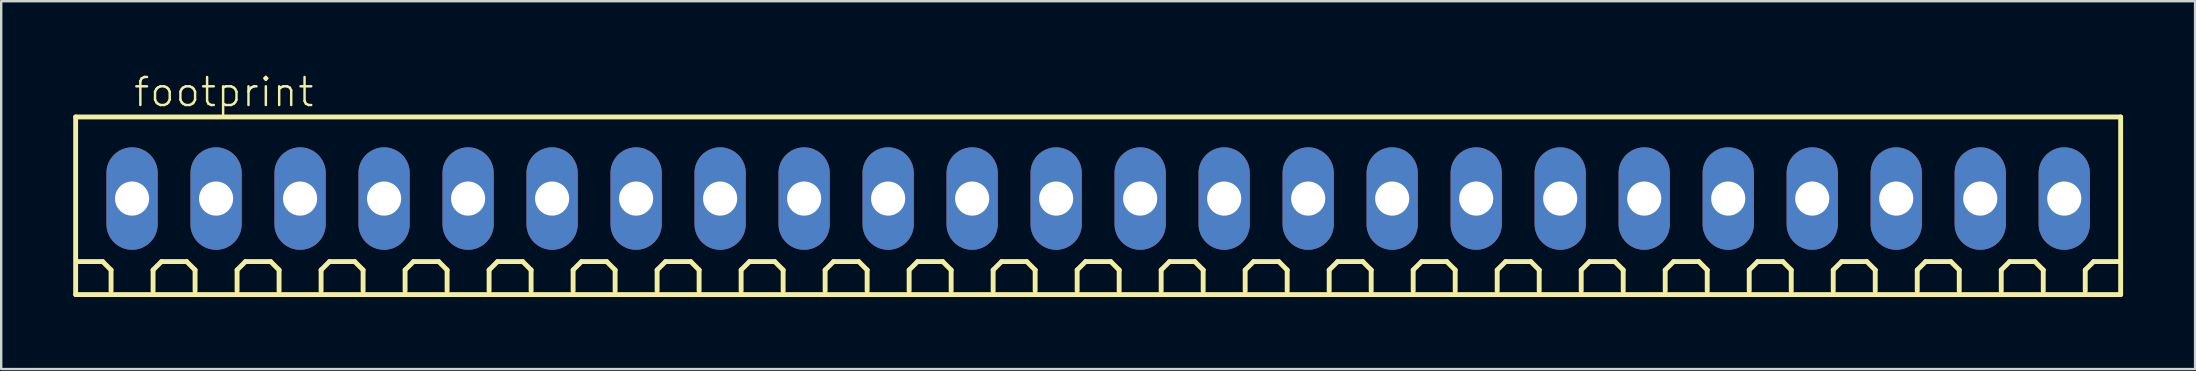
<source format=kicad_pcb>
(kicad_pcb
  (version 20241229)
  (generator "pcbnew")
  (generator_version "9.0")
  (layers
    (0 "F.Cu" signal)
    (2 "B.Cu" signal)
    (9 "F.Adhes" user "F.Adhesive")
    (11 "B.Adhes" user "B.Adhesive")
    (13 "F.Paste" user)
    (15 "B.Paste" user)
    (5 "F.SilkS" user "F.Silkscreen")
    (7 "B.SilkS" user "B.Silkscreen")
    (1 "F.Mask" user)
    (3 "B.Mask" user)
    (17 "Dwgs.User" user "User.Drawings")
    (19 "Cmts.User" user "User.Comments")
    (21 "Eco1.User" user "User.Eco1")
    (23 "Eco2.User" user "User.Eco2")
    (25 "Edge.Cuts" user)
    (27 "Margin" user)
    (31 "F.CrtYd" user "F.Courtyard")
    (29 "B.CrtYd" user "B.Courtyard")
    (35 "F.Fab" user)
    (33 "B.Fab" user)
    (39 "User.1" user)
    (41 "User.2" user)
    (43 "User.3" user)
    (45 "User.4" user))
  (footprint "footprint"
    (layer "F.Cu")
    (at 42.702 5.223)
    (property "Reference" "footprint" (at -40.25 -3.75 0) (layer "F.SilkS") (effects (font (size 1.168 1.168) (thickness 0.102)) (justify left bottom)))
    (fp_line (start -42.6 -3.4) (end 42.6 -3.4) (stroke (width 0.203) (type solid)) (layer "F.SilkS"))
    (fp_line (start -42.6 4) (end -42.6 -3.4) (stroke (width 0.203) (type solid)) (layer "F.SilkS"))
    (fp_line (start -41.475 2.625) (end -42.525 2.625) (stroke (width 0.203) (type solid)) (layer "F.SilkS"))
    (fp_line (start -41.125 2.975) (end -41.475 2.625) (stroke (width 0.203) (type solid)) (layer "F.SilkS"))
    (fp_line (start -41.125 3.85) (end -41.125 2.975) (stroke (width 0.203) (type solid)) (layer "F.SilkS"))
    (fp_line (start -39.375 2.975) (end -39.025 2.625) (stroke (width 0.203) (type solid)) (layer "F.SilkS"))
    (fp_line (start -39.375 3.85) (end -39.375 2.975) (stroke (width 0.203) (type solid)) (layer "F.SilkS"))
    (fp_line (start -39.025 2.625) (end -37.975 2.625) (stroke (width 0.203) (type solid)) (layer "F.SilkS"))
    (fp_line (start -37.975 2.625) (end -37.625 2.975) (stroke (width 0.203) (type solid)) (layer "F.SilkS"))
    (fp_line (start -37.625 2.975) (end -37.625 3.85) (stroke (width 0.203) (type solid)) (layer "F.SilkS"))
    (fp_line (start -35.875 2.975) (end -35.525 2.625) (stroke (width 0.203) (type solid)) (layer "F.SilkS"))
    (fp_line (start -35.875 3.85) (end -35.875 2.975) (stroke (width 0.203) (type solid)) (layer "F.SilkS"))
    (fp_line (start -35.525 2.625) (end -34.475 2.625) (stroke (width 0.203) (type solid)) (layer "F.SilkS"))
    (fp_line (start -34.475 2.625) (end -34.125 2.975) (stroke (width 0.203) (type solid)) (layer "F.SilkS"))
    (fp_line (start -34.125 2.975) (end -34.125 3.85) (stroke (width 0.203) (type solid)) (layer "F.SilkS"))
    (fp_line (start -32.375 2.975) (end -32.025 2.625) (stroke (width 0.203) (type solid)) (layer "F.SilkS"))
    (fp_line (start -32.375 3.85) (end -32.375 2.975) (stroke (width 0.203) (type solid)) (layer "F.SilkS"))
    (fp_line (start -32.025 2.625) (end -30.975 2.625) (stroke (width 0.203) (type solid)) (layer "F.SilkS"))
    (fp_line (start -30.975 2.625) (end -30.625 2.975) (stroke (width 0.203) (type solid)) (layer "F.SilkS"))
    (fp_line (start -30.625 2.975) (end -30.625 3.85) (stroke (width 0.203) (type solid)) (layer "F.SilkS"))
    (fp_line (start -28.875 2.975) (end -28.525 2.625) (stroke (width 0.203) (type solid)) (layer "F.SilkS"))
    (fp_line (start -28.875 3.85) (end -28.875 2.975) (stroke (width 0.203) (type solid)) (layer "F.SilkS"))
    (fp_line (start -28.525 2.625) (end -27.475 2.625) (stroke (width 0.203) (type solid)) (layer "F.SilkS"))
    (fp_line (start -27.475 2.625) (end -27.125 2.975) (stroke (width 0.203) (type solid)) (layer "F.SilkS"))
    (fp_line (start -27.125 2.975) (end -27.125 3.85) (stroke (width 0.203) (type solid)) (layer "F.SilkS"))
    (fp_line (start -25.375 2.975) (end -25.025 2.625) (stroke (width 0.203) (type solid)) (layer "F.SilkS"))
    (fp_line (start -25.375 3.85) (end -25.375 2.975) (stroke (width 0.203) (type solid)) (layer "F.SilkS"))
    (fp_line (start -25.025 2.625) (end -23.975 2.625) (stroke (width 0.203) (type solid)) (layer "F.SilkS"))
    (fp_line (start -23.975 2.625) (end -23.625 2.975) (stroke (width 0.203) (type solid)) (layer "F.SilkS"))
    (fp_line (start -23.625 2.975) (end -23.625 3.85) (stroke (width 0.203) (type solid)) (layer "F.SilkS"))
    (fp_line (start -21.875 2.975) (end -21.525 2.625) (stroke (width 0.203) (type solid)) (layer "F.SilkS"))
    (fp_line (start -21.875 3.85) (end -21.875 2.975) (stroke (width 0.203) (type solid)) (layer "F.SilkS"))
    (fp_line (start -21.525 2.625) (end -20.475 2.625) (stroke (width 0.203) (type solid)) (layer "F.SilkS"))
    (fp_line (start -20.475 2.625) (end -20.125 2.975) (stroke (width 0.203) (type solid)) (layer "F.SilkS"))
    (fp_line (start -20.125 2.975) (end -20.125 3.85) (stroke (width 0.203) (type solid)) (layer "F.SilkS"))
    (fp_line (start -18.375 2.975) (end -18.025 2.625) (stroke (width 0.203) (type solid)) (layer "F.SilkS"))
    (fp_line (start -18.375 3.85) (end -18.375 2.975) (stroke (width 0.203) (type solid)) (layer "F.SilkS"))
    (fp_line (start -18.025 2.625) (end -16.975 2.625) (stroke (width 0.203) (type solid)) (layer "F.SilkS"))
    (fp_line (start -16.975 2.625) (end -16.625 2.975) (stroke (width 0.203) (type solid)) (layer "F.SilkS"))
    (fp_line (start -16.625 2.975) (end -16.625 3.85) (stroke (width 0.203) (type solid)) (layer "F.SilkS"))
    (fp_line (start -14.875 2.975) (end -14.525 2.625) (stroke (width 0.203) (type solid)) (layer "F.SilkS"))
    (fp_line (start -14.875 3.85) (end -14.875 2.975) (stroke (width 0.203) (type solid)) (layer "F.SilkS"))
    (fp_line (start -14.525 2.625) (end -13.475 2.625) (stroke (width 0.203) (type solid)) (layer "F.SilkS"))
    (fp_line (start -13.475 2.625) (end -13.125 2.975) (stroke (width 0.203) (type solid)) (layer "F.SilkS"))
    (fp_line (start -13.125 2.975) (end -13.125 3.85) (stroke (width 0.203) (type solid)) (layer "F.SilkS"))
    (fp_line (start -11.375 2.975) (end -11.025 2.625) (stroke (width 0.203) (type solid)) (layer "F.SilkS"))
    (fp_line (start -11.375 3.85) (end -11.375 2.975) (stroke (width 0.203) (type solid)) (layer "F.SilkS"))
    (fp_line (start -11.025 2.625) (end -9.975 2.625) (stroke (width 0.203) (type solid)) (layer "F.SilkS"))
    (fp_line (start -9.975 2.625) (end -9.625 2.975) (stroke (width 0.203) (type solid)) (layer "F.SilkS"))
    (fp_line (start -9.625 2.975) (end -9.625 3.85) (stroke (width 0.203) (type solid)) (layer "F.SilkS"))
    (fp_line (start -7.875 2.975) (end -7.525 2.625) (stroke (width 0.203) (type solid)) (layer "F.SilkS"))
    (fp_line (start -7.875 3.85) (end -7.875 2.975) (stroke (width 0.203) (type solid)) (layer "F.SilkS"))
    (fp_line (start -7.525 2.625) (end -6.475 2.625) (stroke (width 0.203) (type solid)) (layer "F.SilkS"))
    (fp_line (start -6.475 2.625) (end -6.125 2.975) (stroke (width 0.203) (type solid)) (layer "F.SilkS"))
    (fp_line (start -6.125 2.975) (end -6.125 3.85) (stroke (width 0.203) (type solid)) (layer "F.SilkS"))
    (fp_line (start -4.375 2.975) (end -4.025 2.625) (stroke (width 0.203) (type solid)) (layer "F.SilkS"))
    (fp_line (start -4.375 3.85) (end -4.375 2.975) (stroke (width 0.203) (type solid)) (layer "F.SilkS"))
    (fp_line (start -4.025 2.625) (end -2.975 2.625) (stroke (width 0.203) (type solid)) (layer "F.SilkS"))
    (fp_line (start -2.975 2.625) (end -2.625 2.975) (stroke (width 0.203) (type solid)) (layer "F.SilkS"))
    (fp_line (start -2.625 2.975) (end -2.625 3.85) (stroke (width 0.203) (type solid)) (layer "F.SilkS"))
    (fp_line (start -0.875 2.975) (end -0.525 2.625) (stroke (width 0.203) (type solid)) (layer "F.SilkS"))
    (fp_line (start -0.875 3.85) (end -0.875 2.975) (stroke (width 0.203) (type solid)) (layer "F.SilkS"))
    (fp_line (start -0.525 2.625) (end 0.525 2.625) (stroke (width 0.203) (type solid)) (layer "F.SilkS"))
    (fp_line (start 0.525 2.625) (end 0.875 2.975) (stroke (width 0.203) (type solid)) (layer "F.SilkS"))
    (fp_line (start 0.875 2.975) (end 0.875 3.85) (stroke (width 0.203) (type solid)) (layer "F.SilkS"))
    (fp_line (start 2.625 2.975) (end 2.975 2.625) (stroke (width 0.203) (type solid)) (layer "F.SilkS"))
    (fp_line (start 2.625 3.85) (end 2.625 2.975) (stroke (width 0.203) (type solid)) (layer "F.SilkS"))
    (fp_line (start 2.975 2.625) (end 4.025 2.625) (stroke (width 0.203) (type solid)) (layer "F.SilkS"))
    (fp_line (start 4.025 2.625) (end 4.375 2.975) (stroke (width 0.203) (type solid)) (layer "F.SilkS"))
    (fp_line (start 4.375 2.975) (end 4.375 3.85) (stroke (width 0.203) (type solid)) (layer "F.SilkS"))
    (fp_line (start 6.125 2.975) (end 6.475 2.625) (stroke (width 0.203) (type solid)) (layer "F.SilkS"))
    (fp_line (start 6.125 3.85) (end 6.125 2.975) (stroke (width 0.203) (type solid)) (layer "F.SilkS"))
    (fp_line (start 6.475 2.625) (end 7.525 2.625) (stroke (width 0.203) (type solid)) (layer "F.SilkS"))
    (fp_line (start 7.525 2.625) (end 7.875 2.975) (stroke (width 0.203) (type solid)) (layer "F.SilkS"))
    (fp_line (start 7.875 2.975) (end 7.875 3.85) (stroke (width 0.203) (type solid)) (layer "F.SilkS"))
    (fp_line (start 9.625 2.975) (end 9.975 2.625) (stroke (width 0.203) (type solid)) (layer "F.SilkS"))
    (fp_line (start 9.625 3.85) (end 9.625 2.975) (stroke (width 0.203) (type solid)) (layer "F.SilkS"))
    (fp_line (start 9.975 2.625) (end 11.025 2.625) (stroke (width 0.203) (type solid)) (layer "F.SilkS"))
    (fp_line (start 11.025 2.625) (end 11.375 2.975) (stroke (width 0.203) (type solid)) (layer "F.SilkS"))
    (fp_line (start 11.375 2.975) (end 11.375 3.85) (stroke (width 0.203) (type solid)) (layer "F.SilkS"))
    (fp_line (start 13.125 2.975) (end 13.475 2.625) (stroke (width 0.203) (type solid)) (layer "F.SilkS"))
    (fp_line (start 13.125 3.85) (end 13.125 2.975) (stroke (width 0.203) (type solid)) (layer "F.SilkS"))
    (fp_line (start 13.475 2.625) (end 14.525 2.625) (stroke (width 0.203) (type solid)) (layer "F.SilkS"))
    (fp_line (start 14.525 2.625) (end 14.875 2.975) (stroke (width 0.203) (type solid)) (layer "F.SilkS"))
    (fp_line (start 14.875 2.975) (end 14.875 3.85) (stroke (width 0.203) (type solid)) (layer "F.SilkS"))
    (fp_line (start 16.625 2.975) (end 16.975 2.625) (stroke (width 0.203) (type solid)) (layer "F.SilkS"))
    (fp_line (start 16.625 3.85) (end 16.625 2.975) (stroke (width 0.203) (type solid)) (layer "F.SilkS"))
    (fp_line (start 16.975 2.625) (end 18.025 2.625) (stroke (width 0.203) (type solid)) (layer "F.SilkS"))
    (fp_line (start 18.025 2.625) (end 18.375 2.975) (stroke (width 0.203) (type solid)) (layer "F.SilkS"))
    (fp_line (start 18.375 2.975) (end 18.375 3.85) (stroke (width 0.203) (type solid)) (layer "F.SilkS"))
    (fp_line (start 20.125 2.975) (end 20.475 2.625) (stroke (width 0.203) (type solid)) (layer "F.SilkS"))
    (fp_line (start 20.125 3.85) (end 20.125 2.975) (stroke (width 0.203) (type solid)) (layer "F.SilkS"))
    (fp_line (start 20.475 2.625) (end 21.525 2.625) (stroke (width 0.203) (type solid)) (layer "F.SilkS"))
    (fp_line (start 21.525 2.625) (end 21.875 2.975) (stroke (width 0.203) (type solid)) (layer "F.SilkS"))
    (fp_line (start 21.875 2.975) (end 21.875 3.85) (stroke (width 0.203) (type solid)) (layer "F.SilkS"))
    (fp_line (start 23.625 2.975) (end 23.975 2.625) (stroke (width 0.203) (type solid)) (layer "F.SilkS"))
    (fp_line (start 23.625 3.85) (end 23.625 2.975) (stroke (width 0.203) (type solid)) (layer "F.SilkS"))
    (fp_line (start 23.975 2.625) (end 25.025 2.625) (stroke (width 0.203) (type solid)) (layer "F.SilkS"))
    (fp_line (start 25.025 2.625) (end 25.375 2.975) (stroke (width 0.203) (type solid)) (layer "F.SilkS"))
    (fp_line (start 25.375 2.975) (end 25.375 3.85) (stroke (width 0.203) (type solid)) (layer "F.SilkS"))
    (fp_line (start 27.125 2.975) (end 27.475 2.625) (stroke (width 0.203) (type solid)) (layer "F.SilkS"))
    (fp_line (start 27.125 3.85) (end 27.125 2.975) (stroke (width 0.203) (type solid)) (layer "F.SilkS"))
    (fp_line (start 27.475 2.625) (end 28.525 2.625) (stroke (width 0.203) (type solid)) (layer "F.SilkS"))
    (fp_line (start 28.525 2.625) (end 28.875 2.975) (stroke (width 0.203) (type solid)) (layer "F.SilkS"))
    (fp_line (start 28.875 2.975) (end 28.875 3.85) (stroke (width 0.203) (type solid)) (layer "F.SilkS"))
    (fp_line (start 30.625 2.975) (end 30.975 2.625) (stroke (width 0.203) (type solid)) (layer "F.SilkS"))
    (fp_line (start 30.625 3.85) (end 30.625 2.975) (stroke (width 0.203) (type solid)) (layer "F.SilkS"))
    (fp_line (start 30.975 2.625) (end 32.025 2.625) (stroke (width 0.203) (type solid)) (layer "F.SilkS"))
    (fp_line (start 32.025 2.625) (end 32.375 2.975) (stroke (width 0.203) (type solid)) (layer "F.SilkS"))
    (fp_line (start 32.375 2.975) (end 32.375 3.85) (stroke (width 0.203) (type solid)) (layer "F.SilkS"))
    (fp_line (start 34.125 2.975) (end 34.475 2.625) (stroke (width 0.203) (type solid)) (layer "F.SilkS"))
    (fp_line (start 34.125 3.85) (end 34.125 2.975) (stroke (width 0.203) (type solid)) (layer "F.SilkS"))
    (fp_line (start 34.475 2.625) (end 35.525 2.625) (stroke (width 0.203) (type solid)) (layer "F.SilkS"))
    (fp_line (start 35.525 2.625) (end 35.875 2.975) (stroke (width 0.203) (type solid)) (layer "F.SilkS"))
    (fp_line (start 35.875 2.975) (end 35.875 3.85) (stroke (width 0.203) (type solid)) (layer "F.SilkS"))
    (fp_line (start 37.625 2.975) (end 37.975 2.625) (stroke (width 0.203) (type solid)) (layer "F.SilkS"))
    (fp_line (start 37.625 3.85) (end 37.625 2.975) (stroke (width 0.203) (type solid)) (layer "F.SilkS"))
    (fp_line (start 37.975 2.625) (end 39.025 2.625) (stroke (width 0.203) (type solid)) (layer "F.SilkS"))
    (fp_line (start 39.025 2.625) (end 39.375 2.975) (stroke (width 0.203) (type solid)) (layer "F.SilkS"))
    (fp_line (start 39.375 2.975) (end 39.375 3.85) (stroke (width 0.203) (type solid)) (layer "F.SilkS"))
    (fp_line (start 41.125 2.975) (end 41.475 2.625) (stroke (width 0.203) (type solid)) (layer "F.SilkS"))
    (fp_line (start 41.125 3.85) (end 41.125 2.975) (stroke (width 0.203) (type solid)) (layer "F.SilkS"))
    (fp_line (start 41.475 2.625) (end 42.525 2.625) (stroke (width 0.203) (type solid)) (layer "F.SilkS"))
    (fp_line (start 42.6 -3.4) (end 42.6 4) (stroke (width 0.203) (type solid)) (layer "F.SilkS"))
    (fp_line (start 42.6 4) (end -42.6 4) (stroke (width 0.203) (type solid)) (layer "F.SilkS"))
    (pad "1" thru_hole oval (at -40.25 0 90) (size 4.267 2.134) (drill 1.422) (layers "*.Cu" "*.Mask"))
    (pad "2" thru_hole oval (at -36.75 0 90) (size 4.267 2.134) (drill 1.422) (layers "*.Cu" "*.Mask"))
    (pad "3" thru_hole oval (at -33.25 0 90) (size 4.267 2.134) (drill 1.422) (layers "*.Cu" "*.Mask"))
    (pad "4" thru_hole oval (at -29.75 0 90) (size 4.267 2.134) (drill 1.422) (layers "*.Cu" "*.Mask"))
    (pad "5" thru_hole oval (at -26.25 0 90) (size 4.267 2.134) (drill 1.422) (layers "*.Cu" "*.Mask"))
    (pad "6" thru_hole oval (at -22.75 0 90) (size 4.267 2.134) (drill 1.422) (layers "*.Cu" "*.Mask"))
    (pad "7" thru_hole oval (at -19.25 0 90) (size 4.267 2.134) (drill 1.422) (layers "*.Cu" "*.Mask"))
    (pad "8" thru_hole oval (at -15.75 0 90) (size 4.267 2.134) (drill 1.422) (layers "*.Cu" "*.Mask"))
    (pad "9" thru_hole oval (at -12.25 0 90) (size 4.267 2.134) (drill 1.422) (layers "*.Cu" "*.Mask"))
    (pad "10" thru_hole oval (at -8.75 0 90) (size 4.267 2.134) (drill 1.422) (layers "*.Cu" "*.Mask"))
    (pad "11" thru_hole oval (at -5.25 0 90) (size 4.267 2.134) (drill 1.422) (layers "*.Cu" "*.Mask"))
    (pad "12" thru_hole oval (at -1.75 0 90) (size 4.267 2.134) (drill 1.422) (layers "*.Cu" "*.Mask"))
    (pad "13" thru_hole oval (at 1.75 0 90) (size 4.267 2.134) (drill 1.422) (layers "*.Cu" "*.Mask"))
    (pad "14" thru_hole oval (at 5.25 0 90) (size 4.267 2.134) (drill 1.422) (layers "*.Cu" "*.Mask"))
    (pad "15" thru_hole oval (at 8.75 0 90) (size 4.267 2.134) (drill 1.422) (layers "*.Cu" "*.Mask"))
    (pad "16" thru_hole oval (at 12.25 0 90) (size 4.267 2.134) (drill 1.422) (layers "*.Cu" "*.Mask"))
    (pad "17" thru_hole oval (at 15.75 0 90) (size 4.267 2.134) (drill 1.422) (layers "*.Cu" "*.Mask"))
    (pad "18" thru_hole oval (at 19.25 0 90) (size 4.267 2.134) (drill 1.422) (layers "*.Cu" "*.Mask"))
    (pad "19" thru_hole oval (at 22.75 0 90) (size 4.267 2.134) (drill 1.422) (layers "*.Cu" "*.Mask"))
    (pad "20" thru_hole oval (at 26.25 0 90) (size 4.267 2.134) (drill 1.422) (layers "*.Cu" "*.Mask"))
    (pad "21" thru_hole oval (at 29.75 0 90) (size 4.267 2.134) (drill 1.422) (layers "*.Cu" "*.Mask"))
    (pad "22" thru_hole oval (at 33.25 0 90) (size 4.267 2.134) (drill 1.422) (layers "*.Cu" "*.Mask"))
    (pad "23" thru_hole oval (at 36.75 0 90) (size 4.267 2.134) (drill 1.422) (layers "*.Cu" "*.Mask"))
    (pad "24" thru_hole oval (at 40.25 0 90) (size 4.267 2.134) (drill 1.422) (layers "*.Cu" "*.Mask")))
  (gr_rect
    (start -3 -3)
    (end 88.403 12.325)
    (stroke (width 0.1) (type default))
    (fill no)
    (layer "Edge.Cuts")))
</source>
